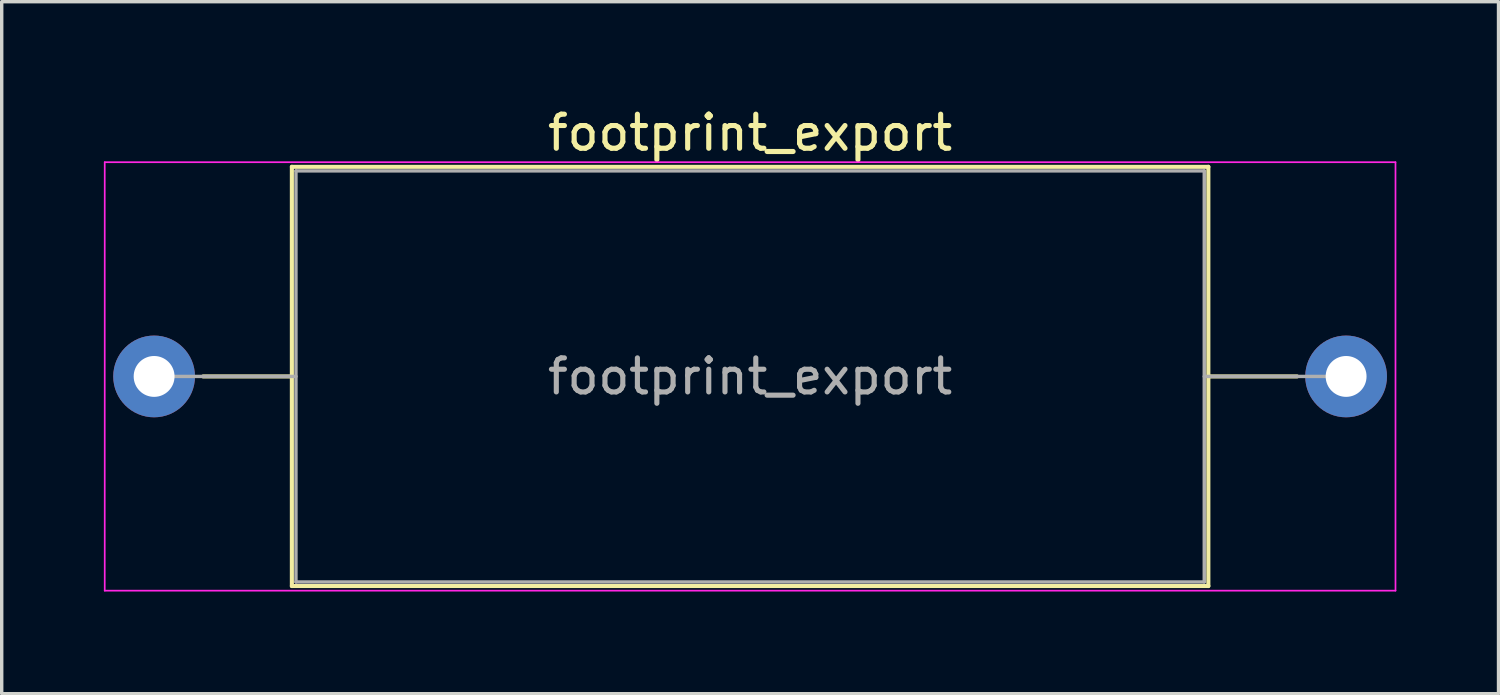
<source format=kicad_pcb>
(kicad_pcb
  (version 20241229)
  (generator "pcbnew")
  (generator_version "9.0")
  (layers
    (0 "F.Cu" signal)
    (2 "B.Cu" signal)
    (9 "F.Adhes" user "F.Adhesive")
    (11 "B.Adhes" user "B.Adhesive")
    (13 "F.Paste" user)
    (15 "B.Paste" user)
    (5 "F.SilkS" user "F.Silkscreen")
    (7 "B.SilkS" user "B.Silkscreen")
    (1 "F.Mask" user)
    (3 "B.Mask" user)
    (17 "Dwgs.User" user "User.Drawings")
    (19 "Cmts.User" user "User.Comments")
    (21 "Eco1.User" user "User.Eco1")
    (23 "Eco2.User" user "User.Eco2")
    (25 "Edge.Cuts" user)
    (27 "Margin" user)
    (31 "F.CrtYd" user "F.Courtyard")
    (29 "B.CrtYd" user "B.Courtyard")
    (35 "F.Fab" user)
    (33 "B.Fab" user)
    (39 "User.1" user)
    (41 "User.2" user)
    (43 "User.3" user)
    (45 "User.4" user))
  (footprint "footprint_export"
    (layer "F.Cu")
    (at 1.475 8.003)
    (property "Reference" "footprint_export" (at 17.5 -7.155 0) (layer "F.SilkS") (effects (font (size 1 1) (thickness 0.15))))
    (attr through_hole)
    (fp_line (start 1.44 0) (end 4.045 0) (stroke (width 0.12) (type solid)) (layer "F.SilkS"))
    (fp_line (start 4.045 -6.155) (end 4.045 6.155) (stroke (width 0.12) (type solid)) (layer "F.SilkS"))
    (fp_line (start 4.045 6.155) (end 30.955 6.155) (stroke (width 0.12) (type solid)) (layer "F.SilkS"))
    (fp_line (start 30.955 -6.155) (end 4.045 -6.155) (stroke (width 0.12) (type solid)) (layer "F.SilkS"))
    (fp_line (start 30.955 6.155) (end 30.955 -6.155) (stroke (width 0.12) (type solid)) (layer "F.SilkS"))
    (fp_line (start 33.56 0) (end 30.955 0) (stroke (width 0.12) (type solid)) (layer "F.SilkS"))
    (fp_line (start -1.45 -6.29) (end -1.45 6.29) (stroke (width 0.05) (type solid)) (layer "F.CrtYd"))
    (fp_line (start -1.45 6.29) (end 36.45 6.29) (stroke (width 0.05) (type solid)) (layer "F.CrtYd"))
    (fp_line (start 36.45 -6.29) (end -1.45 -6.29) (stroke (width 0.05) (type solid)) (layer "F.CrtYd"))
    (fp_line (start 36.45 6.29) (end 36.45 -6.29) (stroke (width 0.05) (type solid)) (layer "F.CrtYd"))
    (fp_line (start 0 0) (end 4.165 0) (stroke (width 0.1) (type solid)) (layer "F.Fab"))
    (fp_line (start 4.165 -6.035) (end 4.165 6.035) (stroke (width 0.1) (type solid)) (layer "F.Fab"))
    (fp_line (start 4.165 6.035) (end 30.835 6.035) (stroke (width 0.1) (type solid)) (layer "F.Fab"))
    (fp_line (start 30.835 -6.035) (end 4.165 -6.035) (stroke (width 0.1) (type solid)) (layer "F.Fab"))
    (fp_line (start 30.835 6.035) (end 30.835 -6.035) (stroke (width 0.1) (type solid)) (layer "F.Fab"))
    (fp_line (start 35 0) (end 30.835 0) (stroke (width 0.1) (type solid)) (layer "F.Fab"))
    (fp_text user "${REFERENCE}" (at 17.5 0 0) (layer "F.Fab") (effects (font (size 1 1) (thickness 0.15))))
    (pad "1" thru_hole circle (at 0 0) (size 2.4 2.4) (drill 1.2) (layers "*.Cu" "*.Mask"))
    (pad "2" thru_hole oval (at 35 0) (size 2.4 2.4) (drill 1.2) (layers "*.Cu" "*.Mask")))
  (gr_rect
    (start -3 -3)
    (end 40.95 17.318)
    (stroke (width 0.1) (type default))
    (fill no)
    (layer "Edge.Cuts")))
</source>
